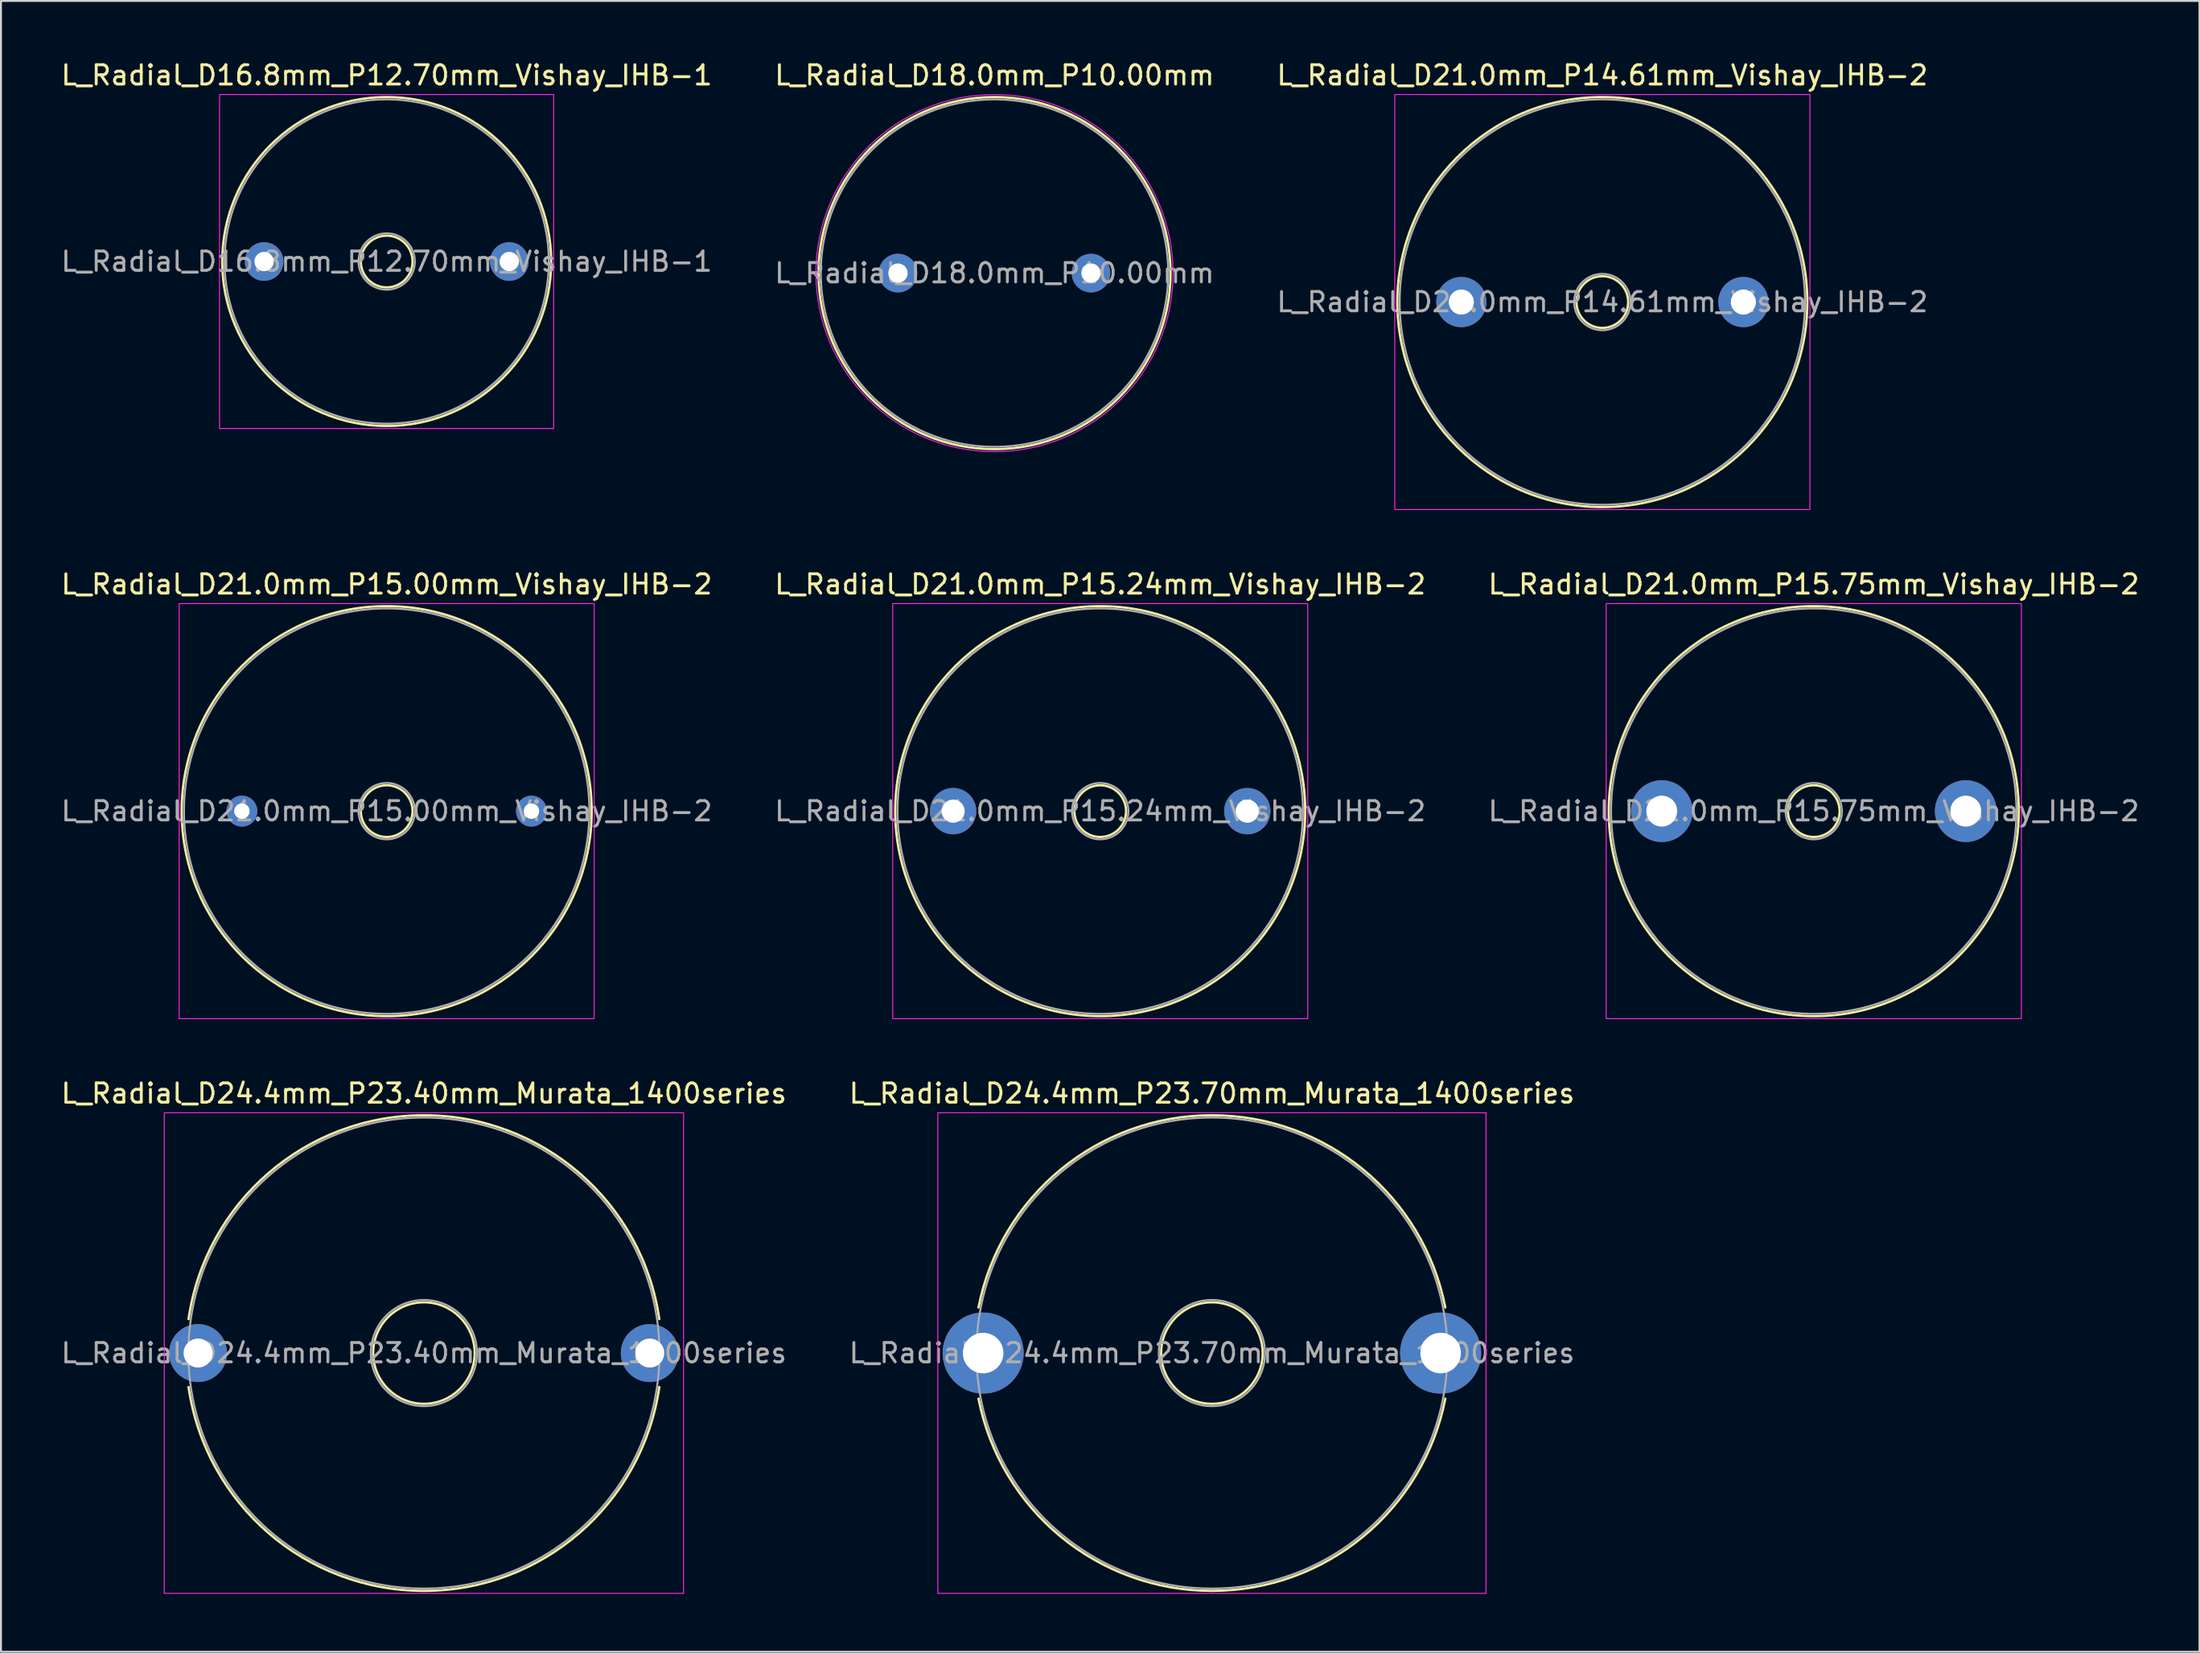
<source format=kicad_pcb>
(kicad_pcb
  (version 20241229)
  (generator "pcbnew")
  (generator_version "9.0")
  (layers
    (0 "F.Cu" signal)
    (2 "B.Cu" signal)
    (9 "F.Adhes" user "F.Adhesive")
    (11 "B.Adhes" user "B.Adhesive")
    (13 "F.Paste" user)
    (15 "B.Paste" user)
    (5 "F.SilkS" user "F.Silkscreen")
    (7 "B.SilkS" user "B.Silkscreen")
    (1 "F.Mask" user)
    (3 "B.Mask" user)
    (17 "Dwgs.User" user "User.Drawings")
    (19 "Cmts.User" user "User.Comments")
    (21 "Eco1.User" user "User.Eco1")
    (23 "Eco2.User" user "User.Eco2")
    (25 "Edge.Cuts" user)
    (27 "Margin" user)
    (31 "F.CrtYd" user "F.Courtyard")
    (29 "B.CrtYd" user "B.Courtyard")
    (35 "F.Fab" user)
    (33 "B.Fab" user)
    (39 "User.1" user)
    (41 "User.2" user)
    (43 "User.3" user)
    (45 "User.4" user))
  (footprint "L_Radial_D24.4mm_P23.70mm_Murata_1400series"
    (layer "F.Cu")
    (at 47.882 67.045)
    (property "Reference" "L_Radial_D24.4mm_P23.70mm_Murata_1400series" (at 11.85 -13.45 0) (layer "F.SilkS") (effects (font (size 1 1) (thickness 0.15))))
    (attr through_hole)
    (fp_arc (start -0.241848 -2.36) (mid 11.85 -12.32) (end 23.941848 -2.36) (stroke (width 0.12) (type solid)) (layer "F.SilkS"))
    (fp_arc (start 23.941848 2.36) (mid 11.85 12.32) (end -0.241848 2.36) (stroke (width 0.12) (type solid)) (layer "F.SilkS"))
    (fp_circle (center 11.85 0) (end 14.48 0) (stroke (width 0.12) (type solid)) (fill no) (layer "F.SilkS"))
    (fp_rect (start -2.35 -12.45) (end 26.05 12.45) (stroke (width 0.05) (type solid)) (fill no) (layer "F.CrtYd"))
    (fp_circle (center 11.85 0) (end 14.6 0) (stroke (width 0.1) (type solid)) (fill no) (layer "F.Fab"))
    (fp_circle (center 11.85 0) (end 24.05 0) (stroke (width 0.1) (type solid)) (fill no) (layer "F.Fab"))
    (fp_text user "${REFERENCE}" (at 11.85 0 0) (layer "F.Fab") (effects (font (size 1 1) (thickness 0.15))))
    (pad "1" thru_hole circle (at 0 0) (size 4.2 4.2) (drill 2.1) (layers "*.Cu" "*.Mask"))
    (pad "2" thru_hole circle (at 23.7 0) (size 4.2 4.2) (drill 2.1) (layers "*.Cu" "*.Mask")))
  (footprint "L_Radial_D21.0mm_P15.00mm_Vishay_IHB-2"
    (layer "F.Cu")
    (at 9.482 38.971)
    (property "Reference" "L_Radial_D21.0mm_P15.00mm_Vishay_IHB-2" (at 7.5 -11.75 0) (layer "F.SilkS") (effects (font (size 1 1) (thickness 0.15))))
    (attr through_hole)
    (fp_circle (center 7.5 0) (end 8.84 0) (stroke (width 0.12) (type solid)) (fill no) (layer "F.SilkS"))
    (fp_circle (center 7.5 0) (end 18.12 0) (stroke (width 0.12) (type solid)) (fill no) (layer "F.SilkS"))
    (fp_rect (start -3.25 -10.75) (end 18.25 10.75) (stroke (width 0.05) (type solid)) (fill no) (layer "F.CrtYd"))
    (fp_circle (center 7.5 0) (end 8.96 0) (stroke (width 0.1) (type solid)) (fill no) (layer "F.Fab"))
    (fp_circle (center 7.5 0) (end 18 0) (stroke (width 0.1) (type solid)) (fill no) (layer "F.Fab"))
    (fp_text user "${REFERENCE}" (at 7.5 0 0) (layer "F.Fab") (effects (font (size 1 1) (thickness 0.15))))
    (pad "1" thru_hole circle (at 0 0) (size 1.6 1.6) (drill 0.8) (layers "*.Cu" "*.Mask"))
    (pad "2" thru_hole circle (at 15 0) (size 1.6 1.6) (drill 0.8) (layers "*.Cu" "*.Mask")))
  (footprint "L_Radial_D18.0mm_P10.00mm"
    (layer "F.Cu")
    (at 43.47 11.098)
    (property "Reference" "L_Radial_D18.0mm_P10.00mm" (at 5 -10.25 0) (layer "F.SilkS") (effects (font (size 1 1) (thickness 0.15))))
    (attr through_hole)
    (fp_circle (center 5 0) (end 14.12 0) (stroke (width 0.12) (type solid)) (fill no) (layer "F.SilkS"))
    (fp_circle (center 5 0) (end 14.25 0) (stroke (width 0.05) (type solid)) (fill no) (layer "F.CrtYd"))
    (fp_circle (center 5 0) (end 14 0) (stroke (width 0.1) (type solid)) (fill no) (layer "F.Fab"))
    (fp_text user "${REFERENCE}" (at 5 0 0) (layer "F.Fab") (effects (font (size 1 1) (thickness 0.15))))
    (pad "1" thru_hole circle (at 0 0) (size 2 2) (drill 1) (layers "*.Cu" "*.Mask"))
    (pad "2" thru_hole circle (at 10 0) (size 2 2) (drill 1) (layers "*.Cu" "*.Mask")))
  (footprint "L_Radial_D16.8mm_P12.70mm_Vishay_IHB-1"
    (layer "F.Cu")
    (at 10.632 10.498)
    (property "Reference" "L_Radial_D16.8mm_P12.70mm_Vishay_IHB-1" (at 6.35 -9.65 0) (layer "F.SilkS") (effects (font (size 1 1) (thickness 0.15))))
    (attr through_hole)
    (fp_circle (center 6.35 0) (end 7.69 0) (stroke (width 0.12) (type solid)) (fill no) (layer "F.SilkS"))
    (fp_circle (center 6.35 0) (end 14.87 0) (stroke (width 0.12) (type solid)) (fill no) (layer "F.SilkS"))
    (fp_rect (start -2.31 -8.65) (end 15 8.65) (stroke (width 0.05) (type solid)) (fill no) (layer "F.CrtYd"))
    (fp_circle (center 6.35 0) (end 7.81 0) (stroke (width 0.1) (type solid)) (fill no) (layer "F.Fab"))
    (fp_circle (center 6.35 0) (end 14.75 0) (stroke (width 0.1) (type solid)) (fill no) (layer "F.Fab"))
    (fp_text user "${REFERENCE}" (at 6.35 0 0) (layer "F.Fab") (effects (font (size 1 1) (thickness 0.15))))
    (pad "1" thru_hole circle (at 0 0) (size 2 2) (drill 1) (layers "*.Cu" "*.Mask"))
    (pad "2" thru_hole circle (at 12.7 0) (size 2 2) (drill 1) (layers "*.Cu" "*.Mask")))
  (footprint "L_Radial_D21.0mm_P14.61mm_Vishay_IHB-2"
    (layer "F.Cu")
    (at 72.653 12.598)
    (property "Reference" "L_Radial_D21.0mm_P14.61mm_Vishay_IHB-2" (at 7.305 -11.75 0) (layer "F.SilkS") (effects (font (size 1 1) (thickness 0.15))))
    (attr through_hole)
    (fp_circle (center 7.305 0) (end 8.645 0) (stroke (width 0.12) (type solid)) (fill no) (layer "F.SilkS"))
    (fp_circle (center 7.305 0) (end 17.925 0) (stroke (width 0.12) (type solid)) (fill no) (layer "F.SilkS"))
    (fp_rect (start -3.45 -10.75) (end 18.06 10.75) (stroke (width 0.05) (type solid)) (fill no) (layer "F.CrtYd"))
    (fp_circle (center 7.305 0) (end 8.765 0) (stroke (width 0.1) (type solid)) (fill no) (layer "F.Fab"))
    (fp_circle (center 7.305 0) (end 17.805 0) (stroke (width 0.1) (type solid)) (fill no) (layer "F.Fab"))
    (fp_text user "${REFERENCE}" (at 7.305 0 0) (layer "F.Fab") (effects (font (size 1 1) (thickness 0.15))))
    (pad "1" thru_hole circle (at 0 0) (size 2.6 2.6) (drill 1.3) (layers "*.Cu" "*.Mask"))
    (pad "2" thru_hole circle (at 14.61 0) (size 2.6 2.6) (drill 1.3) (layers "*.Cu" "*.Mask")))
  (footprint "L_Radial_D21.0mm_P15.75mm_Vishay_IHB-2"
    (layer "F.Cu")
    (at 83.036 38.971)
    (property "Reference" "L_Radial_D21.0mm_P15.75mm_Vishay_IHB-2" (at 7.875 -11.75 0) (layer "F.SilkS") (effects (font (size 1 1) (thickness 0.15))))
    (attr through_hole)
    (fp_circle (center 7.875 0) (end 9.215 0) (stroke (width 0.12) (type solid)) (fill no) (layer "F.SilkS"))
    (fp_circle (center 7.875 0) (end 18.495 0) (stroke (width 0.12) (type solid)) (fill no) (layer "F.SilkS"))
    (fp_rect (start -2.88 -10.75) (end 18.63 10.75) (stroke (width 0.05) (type solid)) (fill no) (layer "F.CrtYd"))
    (fp_circle (center 7.875 0) (end 9.335 0) (stroke (width 0.1) (type solid)) (fill no) (layer "F.Fab"))
    (fp_circle (center 7.875 0) (end 18.375 0) (stroke (width 0.1) (type solid)) (fill no) (layer "F.Fab"))
    (fp_text user "${REFERENCE}" (at 7.875 0 0) (layer "F.Fab") (effects (font (size 1 1) (thickness 0.15))))
    (pad "1" thru_hole circle (at 0 0) (size 3.2 3.2) (drill 1.6) (layers "*.Cu" "*.Mask"))
    (pad "2" thru_hole circle (at 15.75 0) (size 3.2 3.2) (drill 1.6) (layers "*.Cu" "*.Mask")))
  (footprint "L_Radial_D24.4mm_P23.40mm_Murata_1400series"
    (layer "F.Cu")
    (at 7.211 67.045)
    (property "Reference" "L_Radial_D24.4mm_P23.40mm_Murata_1400series" (at 11.7 -13.45 0) (layer "F.SilkS") (effects (font (size 1 1) (thickness 0.15))))
    (attr through_hole)
    (fp_arc (start -0.493638 -1.76) (mid 11.7 -12.32) (end 23.893638 -1.76) (stroke (width 0.12) (type solid)) (layer "F.SilkS"))
    (fp_arc (start 23.893638 1.76) (mid 11.7 12.32) (end -0.493638 1.76) (stroke (width 0.12) (type solid)) (layer "F.SilkS"))
    (fp_circle (center 11.7 0) (end 14.33 0) (stroke (width 0.12) (type solid)) (fill no) (layer "F.SilkS"))
    (fp_rect (start -1.75 -12.45) (end 25.15 12.45) (stroke (width 0.05) (type solid)) (fill no) (layer "F.CrtYd"))
    (fp_circle (center 11.7 0) (end 14.45 0) (stroke (width 0.1) (type solid)) (fill no) (layer "F.Fab"))
    (fp_circle (center 11.7 0) (end 23.9 0) (stroke (width 0.1) (type solid)) (fill no) (layer "F.Fab"))
    (fp_text user "${REFERENCE}" (at 11.7 0 0) (layer "F.Fab") (effects (font (size 1 1) (thickness 0.15))))
    (pad "1" thru_hole circle (at 0 0) (size 3 3) (drill 1.5) (layers "*.Cu" "*.Mask"))
    (pad "2" thru_hole circle (at 23.4 0) (size 3 3) (drill 1.5) (layers "*.Cu" "*.Mask")))
  (footprint "L_Radial_D21.0mm_P15.24mm_Vishay_IHB-2"
    (layer "F.Cu")
    (at 46.326 38.971)
    (property "Reference" "L_Radial_D21.0mm_P15.24mm_Vishay_IHB-2" (at 7.62 -11.75 0) (layer "F.SilkS") (effects (font (size 1 1) (thickness 0.15))))
    (attr through_hole)
    (fp_circle (center 7.62 0) (end 8.96 0) (stroke (width 0.12) (type solid)) (fill no) (layer "F.SilkS"))
    (fp_circle (center 7.62 0) (end 18.24 0) (stroke (width 0.12) (type solid)) (fill no) (layer "F.SilkS"))
    (fp_rect (start -3.13 -10.75) (end 18.37 10.75) (stroke (width 0.05) (type solid)) (fill no) (layer "F.CrtYd"))
    (fp_circle (center 7.62 0) (end 9.08 0) (stroke (width 0.1) (type solid)) (fill no) (layer "F.Fab"))
    (fp_circle (center 7.62 0) (end 18.12 0) (stroke (width 0.1) (type solid)) (fill no) (layer "F.Fab"))
    (fp_text user "${REFERENCE}" (at 7.62 0 0) (layer "F.Fab") (effects (font (size 1 1) (thickness 0.15))))
    (pad "1" thru_hole circle (at 0 0) (size 2.4 2.4) (drill 1.2) (layers "*.Cu" "*.Mask"))
    (pad "2" thru_hole circle (at 15.24 0) (size 2.4 2.4) (drill 1.2) (layers "*.Cu" "*.Mask")))
  (gr_rect
    (start -3 -3)
    (end 110.893 82.52)
    (stroke (width 0.1) (type default))
    (fill no)
    (layer "Edge.Cuts")))
</source>
